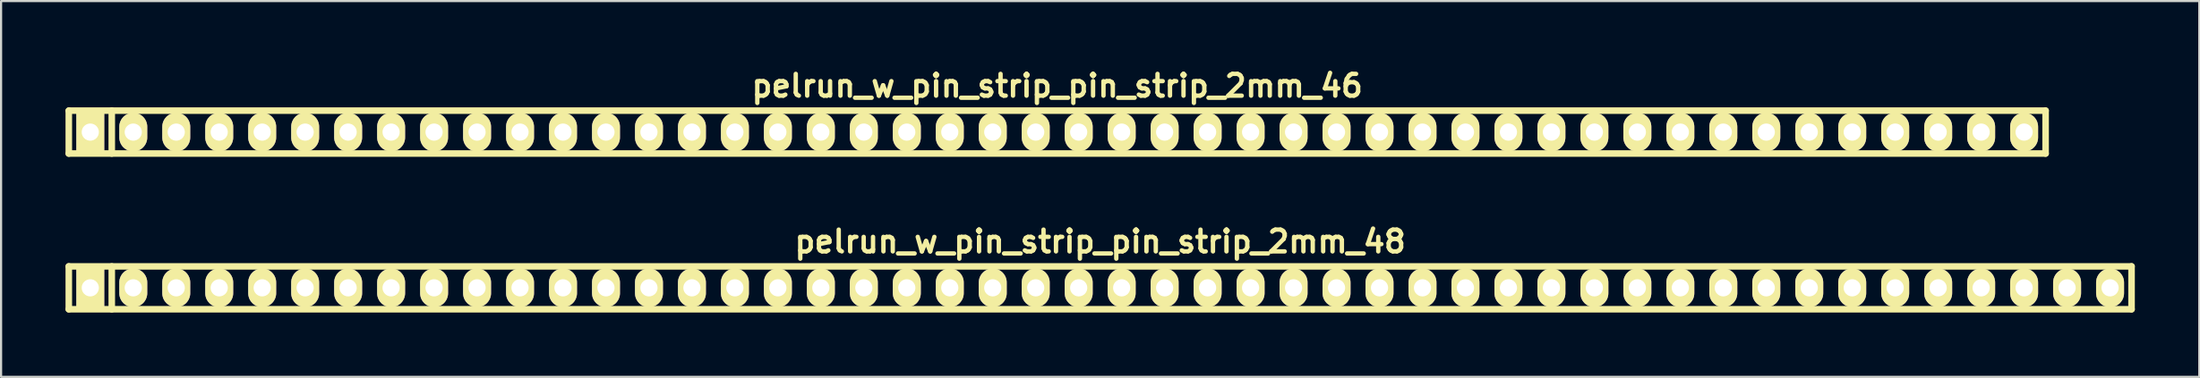
<source format=kicad_pcb>
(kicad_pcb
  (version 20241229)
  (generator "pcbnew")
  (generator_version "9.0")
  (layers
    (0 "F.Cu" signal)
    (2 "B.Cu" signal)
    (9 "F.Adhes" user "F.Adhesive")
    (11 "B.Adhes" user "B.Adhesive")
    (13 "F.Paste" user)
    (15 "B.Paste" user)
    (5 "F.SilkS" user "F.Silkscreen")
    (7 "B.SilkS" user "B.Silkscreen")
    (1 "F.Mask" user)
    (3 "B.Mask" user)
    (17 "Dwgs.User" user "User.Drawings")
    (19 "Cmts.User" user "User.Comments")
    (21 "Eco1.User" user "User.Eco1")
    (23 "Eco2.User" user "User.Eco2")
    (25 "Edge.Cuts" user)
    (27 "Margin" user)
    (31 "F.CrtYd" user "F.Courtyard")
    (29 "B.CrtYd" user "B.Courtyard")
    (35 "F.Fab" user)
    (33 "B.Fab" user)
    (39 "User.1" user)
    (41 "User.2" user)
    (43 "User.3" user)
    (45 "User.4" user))
  (footprint "pelrun_w_pin_strip_pin_strip_2mm_46"
    (layer "F.Cu")
    (at 46.152 3.11)
    (property "Reference" "pelrun_w_pin_strip_pin_strip_2mm_46" (at 0 -2.159 0) (layer "F.SilkS") (effects (font (size 1.016 1.016) (thickness 0.203))))
    (attr through_hole)
    (fp_line (start -46 -1) (end 46 -1) (stroke (width 0.305) (type solid)) (layer "F.SilkS"))
    (fp_line (start -46 1) (end -46 -1) (stroke (width 0.305) (type solid)) (layer "F.SilkS"))
    (fp_line (start -44 -1) (end -44 1) (stroke (width 0.305) (type solid)) (layer "F.SilkS"))
    (fp_line (start 46 -1) (end 46 1) (stroke (width 0.305) (type solid)) (layer "F.SilkS"))
    (fp_line (start 46 1) (end -46 1) (stroke (width 0.305) (type solid)) (layer "F.SilkS"))
    (pad "1" thru_hole rect (at -45 0) (size 1.3 1.8) (drill 0.8) (layers "*.Cu" "*.Mask" "F.SilkS"))
    (pad "2" thru_hole oval (at -43 0) (size 1.3 1.8) (drill 0.8) (layers "*.Cu" "*.Mask" "F.SilkS"))
    (pad "3" thru_hole oval (at -41 0) (size 1.3 1.8) (drill 0.8) (layers "*.Cu" "*.Mask" "F.SilkS"))
    (pad "4" thru_hole oval (at -39 0) (size 1.3 1.8) (drill 0.8) (layers "*.Cu" "*.Mask" "F.SilkS"))
    (pad "5" thru_hole oval (at -37 0) (size 1.3 1.8) (drill 0.8) (layers "*.Cu" "*.Mask" "F.SilkS"))
    (pad "6" thru_hole oval (at -35 0) (size 1.3 1.8) (drill 0.8) (layers "*.Cu" "*.Mask" "F.SilkS"))
    (pad "7" thru_hole oval (at -33 0) (size 1.3 1.8) (drill 0.8) (layers "*.Cu" "*.Mask" "F.SilkS"))
    (pad "8" thru_hole oval (at -31 0) (size 1.3 1.8) (drill 0.8) (layers "*.Cu" "*.Mask" "F.SilkS"))
    (pad "9" thru_hole oval (at -29 0) (size 1.3 1.8) (drill 0.8) (layers "*.Cu" "*.Mask" "F.SilkS"))
    (pad "10" thru_hole oval (at -27 0) (size 1.3 1.8) (drill 0.8) (layers "*.Cu" "*.Mask" "F.SilkS"))
    (pad "11" thru_hole oval (at -25 0) (size 1.3 1.8) (drill 0.8) (layers "*.Cu" "*.Mask" "F.SilkS"))
    (pad "12" thru_hole oval (at -23 0) (size 1.3 1.8) (drill 0.8) (layers "*.Cu" "*.Mask" "F.SilkS"))
    (pad "13" thru_hole oval (at -21 0) (size 1.3 1.8) (drill 0.8) (layers "*.Cu" "*.Mask" "F.SilkS"))
    (pad "14" thru_hole oval (at -19 0) (size 1.3 1.8) (drill 0.8) (layers "*.Cu" "*.Mask" "F.SilkS"))
    (pad "15" thru_hole oval (at -17 0) (size 1.3 1.8) (drill 0.8) (layers "*.Cu" "*.Mask" "F.SilkS"))
    (pad "16" thru_hole oval (at -15 0) (size 1.3 1.8) (drill 0.8) (layers "*.Cu" "*.Mask" "F.SilkS"))
    (pad "17" thru_hole oval (at -13 0) (size 1.3 1.8) (drill 0.8) (layers "*.Cu" "*.Mask" "F.SilkS"))
    (pad "18" thru_hole oval (at -11 0) (size 1.3 1.8) (drill 0.8) (layers "*.Cu" "*.Mask" "F.SilkS"))
    (pad "19" thru_hole oval (at -9 0) (size 1.3 1.8) (drill 0.8) (layers "*.Cu" "*.Mask" "F.SilkS"))
    (pad "20" thru_hole oval (at -7 0) (size 1.3 1.8) (drill 0.8) (layers "*.Cu" "*.Mask" "F.SilkS"))
    (pad "21" thru_hole oval (at -5 0) (size 1.3 1.8) (drill 0.8) (layers "*.Cu" "*.Mask" "F.SilkS"))
    (pad "22" thru_hole oval (at -3 0) (size 1.3 1.8) (drill 0.8) (layers "*.Cu" "*.Mask" "F.SilkS"))
    (pad "23" thru_hole oval (at -1 0) (size 1.3 1.8) (drill 0.8) (layers "*.Cu" "*.Mask" "F.SilkS"))
    (pad "24" thru_hole oval (at 1 0) (size 1.3 1.8) (drill 0.8) (layers "*.Cu" "*.Mask" "F.SilkS"))
    (pad "25" thru_hole oval (at 3 0) (size 1.3 1.8) (drill 0.8) (layers "*.Cu" "*.Mask" "F.SilkS"))
    (pad "26" thru_hole oval (at 5 0) (size 1.3 1.8) (drill 0.8) (layers "*.Cu" "*.Mask" "F.SilkS"))
    (pad "27" thru_hole oval (at 7 0) (size 1.3 1.8) (drill 0.8) (layers "*.Cu" "*.Mask" "F.SilkS"))
    (pad "28" thru_hole oval (at 9 0) (size 1.3 1.8) (drill 0.8) (layers "*.Cu" "*.Mask" "F.SilkS"))
    (pad "29" thru_hole oval (at 11 0) (size 1.3 1.8) (drill 0.8) (layers "*.Cu" "*.Mask" "F.SilkS"))
    (pad "30" thru_hole oval (at 13 0) (size 1.3 1.8) (drill 0.8) (layers "*.Cu" "*.Mask" "F.SilkS"))
    (pad "31" thru_hole oval (at 15 0) (size 1.3 1.8) (drill 0.8) (layers "*.Cu" "*.Mask" "F.SilkS"))
    (pad "32" thru_hole oval (at 17 0) (size 1.3 1.8) (drill 0.8) (layers "*.Cu" "*.Mask" "F.SilkS"))
    (pad "33" thru_hole oval (at 19 0) (size 1.3 1.8) (drill 0.8) (layers "*.Cu" "*.Mask" "F.SilkS"))
    (pad "34" thru_hole oval (at 21 0) (size 1.3 1.8) (drill 0.8) (layers "*.Cu" "*.Mask" "F.SilkS"))
    (pad "35" thru_hole oval (at 23 0) (size 1.3 1.8) (drill 0.8) (layers "*.Cu" "*.Mask" "F.SilkS"))
    (pad "36" thru_hole oval (at 25 0) (size 1.3 1.8) (drill 0.8) (layers "*.Cu" "*.Mask" "F.SilkS"))
    (pad "37" thru_hole oval (at 27 0) (size 1.3 1.8) (drill 0.8) (layers "*.Cu" "*.Mask" "F.SilkS"))
    (pad "38" thru_hole oval (at 29 0) (size 1.3 1.8) (drill 0.8) (layers "*.Cu" "*.Mask" "F.SilkS"))
    (pad "39" thru_hole oval (at 31 0) (size 1.3 1.8) (drill 0.8) (layers "*.Cu" "*.Mask" "F.SilkS"))
    (pad "40" thru_hole oval (at 33 0) (size 1.3 1.8) (drill 0.8) (layers "*.Cu" "*.Mask" "F.SilkS"))
    (pad "41" thru_hole oval (at 35 0) (size 1.3 1.8) (drill 0.8) (layers "*.Cu" "*.Mask" "F.SilkS"))
    (pad "42" thru_hole oval (at 37 0) (size 1.3 1.8) (drill 0.8) (layers "*.Cu" "*.Mask" "F.SilkS"))
    (pad "43" thru_hole oval (at 39 0) (size 1.3 1.8) (drill 0.8) (layers "*.Cu" "*.Mask" "F.SilkS"))
    (pad "44" thru_hole oval (at 41 0) (size 1.3 1.8) (drill 0.8) (layers "*.Cu" "*.Mask" "F.SilkS"))
    (pad "45" thru_hole oval (at 43 0) (size 1.3 1.8) (drill 0.8) (layers "*.Cu" "*.Mask" "F.SilkS"))
    (pad "46" thru_hole oval (at 45 0) (size 1.3 1.8) (drill 0.8) (layers "*.Cu" "*.Mask" "F.SilkS")))
  (footprint "pelrun_w_pin_strip_pin_strip_2mm_48"
    (layer "F.Cu")
    (at 48.152 10.372)
    (property "Reference" "pelrun_w_pin_strip_pin_strip_2mm_48" (at 0 -2.159 0) (layer "F.SilkS") (effects (font (size 1.016 1.016) (thickness 0.203))))
    (attr through_hole)
    (fp_line (start -48 -1) (end 48 -1) (stroke (width 0.305) (type solid)) (layer "F.SilkS"))
    (fp_line (start -48 1) (end -48 -1) (stroke (width 0.305) (type solid)) (layer "F.SilkS"))
    (fp_line (start -46 -1) (end -46 1) (stroke (width 0.305) (type solid)) (layer "F.SilkS"))
    (fp_line (start 48 -1) (end 48 1) (stroke (width 0.305) (type solid)) (layer "F.SilkS"))
    (fp_line (start 48 1) (end -48 1) (stroke (width 0.305) (type solid)) (layer "F.SilkS"))
    (pad "1" thru_hole rect (at -47 0) (size 1.3 1.8) (drill 0.8) (layers "*.Cu" "*.Mask" "F.SilkS"))
    (pad "2" thru_hole oval (at -45 0) (size 1.3 1.8) (drill 0.8) (layers "*.Cu" "*.Mask" "F.SilkS"))
    (pad "3" thru_hole oval (at -43 0) (size 1.3 1.8) (drill 0.8) (layers "*.Cu" "*.Mask" "F.SilkS"))
    (pad "4" thru_hole oval (at -41 0) (size 1.3 1.8) (drill 0.8) (layers "*.Cu" "*.Mask" "F.SilkS"))
    (pad "5" thru_hole oval (at -39 0) (size 1.3 1.8) (drill 0.8) (layers "*.Cu" "*.Mask" "F.SilkS"))
    (pad "6" thru_hole oval (at -37 0) (size 1.3 1.8) (drill 0.8) (layers "*.Cu" "*.Mask" "F.SilkS"))
    (pad "7" thru_hole oval (at -35 0) (size 1.3 1.8) (drill 0.8) (layers "*.Cu" "*.Mask" "F.SilkS"))
    (pad "8" thru_hole oval (at -33 0) (size 1.3 1.8) (drill 0.8) (layers "*.Cu" "*.Mask" "F.SilkS"))
    (pad "9" thru_hole oval (at -31 0) (size 1.3 1.8) (drill 0.8) (layers "*.Cu" "*.Mask" "F.SilkS"))
    (pad "10" thru_hole oval (at -29 0) (size 1.3 1.8) (drill 0.8) (layers "*.Cu" "*.Mask" "F.SilkS"))
    (pad "11" thru_hole oval (at -27 0) (size 1.3 1.8) (drill 0.8) (layers "*.Cu" "*.Mask" "F.SilkS"))
    (pad "12" thru_hole oval (at -25 0) (size 1.3 1.8) (drill 0.8) (layers "*.Cu" "*.Mask" "F.SilkS"))
    (pad "13" thru_hole oval (at -23 0) (size 1.3 1.8) (drill 0.8) (layers "*.Cu" "*.Mask" "F.SilkS"))
    (pad "14" thru_hole oval (at -21 0) (size 1.3 1.8) (drill 0.8) (layers "*.Cu" "*.Mask" "F.SilkS"))
    (pad "15" thru_hole oval (at -19 0) (size 1.3 1.8) (drill 0.8) (layers "*.Cu" "*.Mask" "F.SilkS"))
    (pad "16" thru_hole oval (at -17 0) (size 1.3 1.8) (drill 0.8) (layers "*.Cu" "*.Mask" "F.SilkS"))
    (pad "17" thru_hole oval (at -15 0) (size 1.3 1.8) (drill 0.8) (layers "*.Cu" "*.Mask" "F.SilkS"))
    (pad "18" thru_hole oval (at -13 0) (size 1.3 1.8) (drill 0.8) (layers "*.Cu" "*.Mask" "F.SilkS"))
    (pad "19" thru_hole oval (at -11 0) (size 1.3 1.8) (drill 0.8) (layers "*.Cu" "*.Mask" "F.SilkS"))
    (pad "20" thru_hole oval (at -9 0) (size 1.3 1.8) (drill 0.8) (layers "*.Cu" "*.Mask" "F.SilkS"))
    (pad "21" thru_hole oval (at -7 0) (size 1.3 1.8) (drill 0.8) (layers "*.Cu" "*.Mask" "F.SilkS"))
    (pad "22" thru_hole oval (at -5 0) (size 1.3 1.8) (drill 0.8) (layers "*.Cu" "*.Mask" "F.SilkS"))
    (pad "23" thru_hole oval (at -3 0) (size 1.3 1.8) (drill 0.8) (layers "*.Cu" "*.Mask" "F.SilkS"))
    (pad "24" thru_hole oval (at -1 0) (size 1.3 1.8) (drill 0.8) (layers "*.Cu" "*.Mask" "F.SilkS"))
    (pad "25" thru_hole oval (at 1 0) (size 1.3 1.8) (drill 0.8) (layers "*.Cu" "*.Mask" "F.SilkS"))
    (pad "26" thru_hole oval (at 3 0) (size 1.3 1.8) (drill 0.8) (layers "*.Cu" "*.Mask" "F.SilkS"))
    (pad "27" thru_hole oval (at 5 0) (size 1.3 1.8) (drill 0.8) (layers "*.Cu" "*.Mask" "F.SilkS"))
    (pad "28" thru_hole oval (at 7 0) (size 1.3 1.8) (drill 0.8) (layers "*.Cu" "*.Mask" "F.SilkS"))
    (pad "29" thru_hole oval (at 9 0) (size 1.3 1.8) (drill 0.8) (layers "*.Cu" "*.Mask" "F.SilkS"))
    (pad "30" thru_hole oval (at 11 0) (size 1.3 1.8) (drill 0.8) (layers "*.Cu" "*.Mask" "F.SilkS"))
    (pad "31" thru_hole oval (at 13 0) (size 1.3 1.8) (drill 0.8) (layers "*.Cu" "*.Mask" "F.SilkS"))
    (pad "32" thru_hole oval (at 15 0) (size 1.3 1.8) (drill 0.8) (layers "*.Cu" "*.Mask" "F.SilkS"))
    (pad "33" thru_hole oval (at 17 0) (size 1.3 1.8) (drill 0.8) (layers "*.Cu" "*.Mask" "F.SilkS"))
    (pad "34" thru_hole oval (at 19 0) (size 1.3 1.8) (drill 0.8) (layers "*.Cu" "*.Mask" "F.SilkS"))
    (pad "35" thru_hole oval (at 21 0) (size 1.3 1.8) (drill 0.8) (layers "*.Cu" "*.Mask" "F.SilkS"))
    (pad "36" thru_hole oval (at 23 0) (size 1.3 1.8) (drill 0.8) (layers "*.Cu" "*.Mask" "F.SilkS"))
    (pad "37" thru_hole oval (at 25 0) (size 1.3 1.8) (drill 0.8) (layers "*.Cu" "*.Mask" "F.SilkS"))
    (pad "38" thru_hole oval (at 27 0) (size 1.3 1.8) (drill 0.8) (layers "*.Cu" "*.Mask" "F.SilkS"))
    (pad "39" thru_hole oval (at 29 0) (size 1.3 1.8) (drill 0.8) (layers "*.Cu" "*.Mask" "F.SilkS"))
    (pad "40" thru_hole oval (at 31 0) (size 1.3 1.8) (drill 0.8) (layers "*.Cu" "*.Mask" "F.SilkS"))
    (pad "41" thru_hole oval (at 33 0) (size 1.3 1.8) (drill 0.8) (layers "*.Cu" "*.Mask" "F.SilkS"))
    (pad "42" thru_hole oval (at 35 0) (size 1.3 1.8) (drill 0.8) (layers "*.Cu" "*.Mask" "F.SilkS"))
    (pad "43" thru_hole oval (at 37 0) (size 1.3 1.8) (drill 0.8) (layers "*.Cu" "*.Mask" "F.SilkS"))
    (pad "44" thru_hole oval (at 39 0) (size 1.3 1.8) (drill 0.8) (layers "*.Cu" "*.Mask" "F.SilkS"))
    (pad "45" thru_hole oval (at 41 0) (size 1.3 1.8) (drill 0.8) (layers "*.Cu" "*.Mask" "F.SilkS"))
    (pad "46" thru_hole oval (at 43 0) (size 1.3 1.8) (drill 0.8) (layers "*.Cu" "*.Mask" "F.SilkS"))
    (pad "47" thru_hole oval (at 45 0) (size 1.3 1.8) (drill 0.8) (layers "*.Cu" "*.Mask" "F.SilkS"))
    (pad "48" thru_hole oval (at 47 0) (size 1.3 1.8) (drill 0.8) (layers "*.Cu" "*.Mask" "F.SilkS")))
  (gr_rect
    (start -3 -3)
    (end 99.305 14.525)
    (stroke (width 0.1) (type default))
    (fill no)
    (layer "Edge.Cuts")))
</source>
